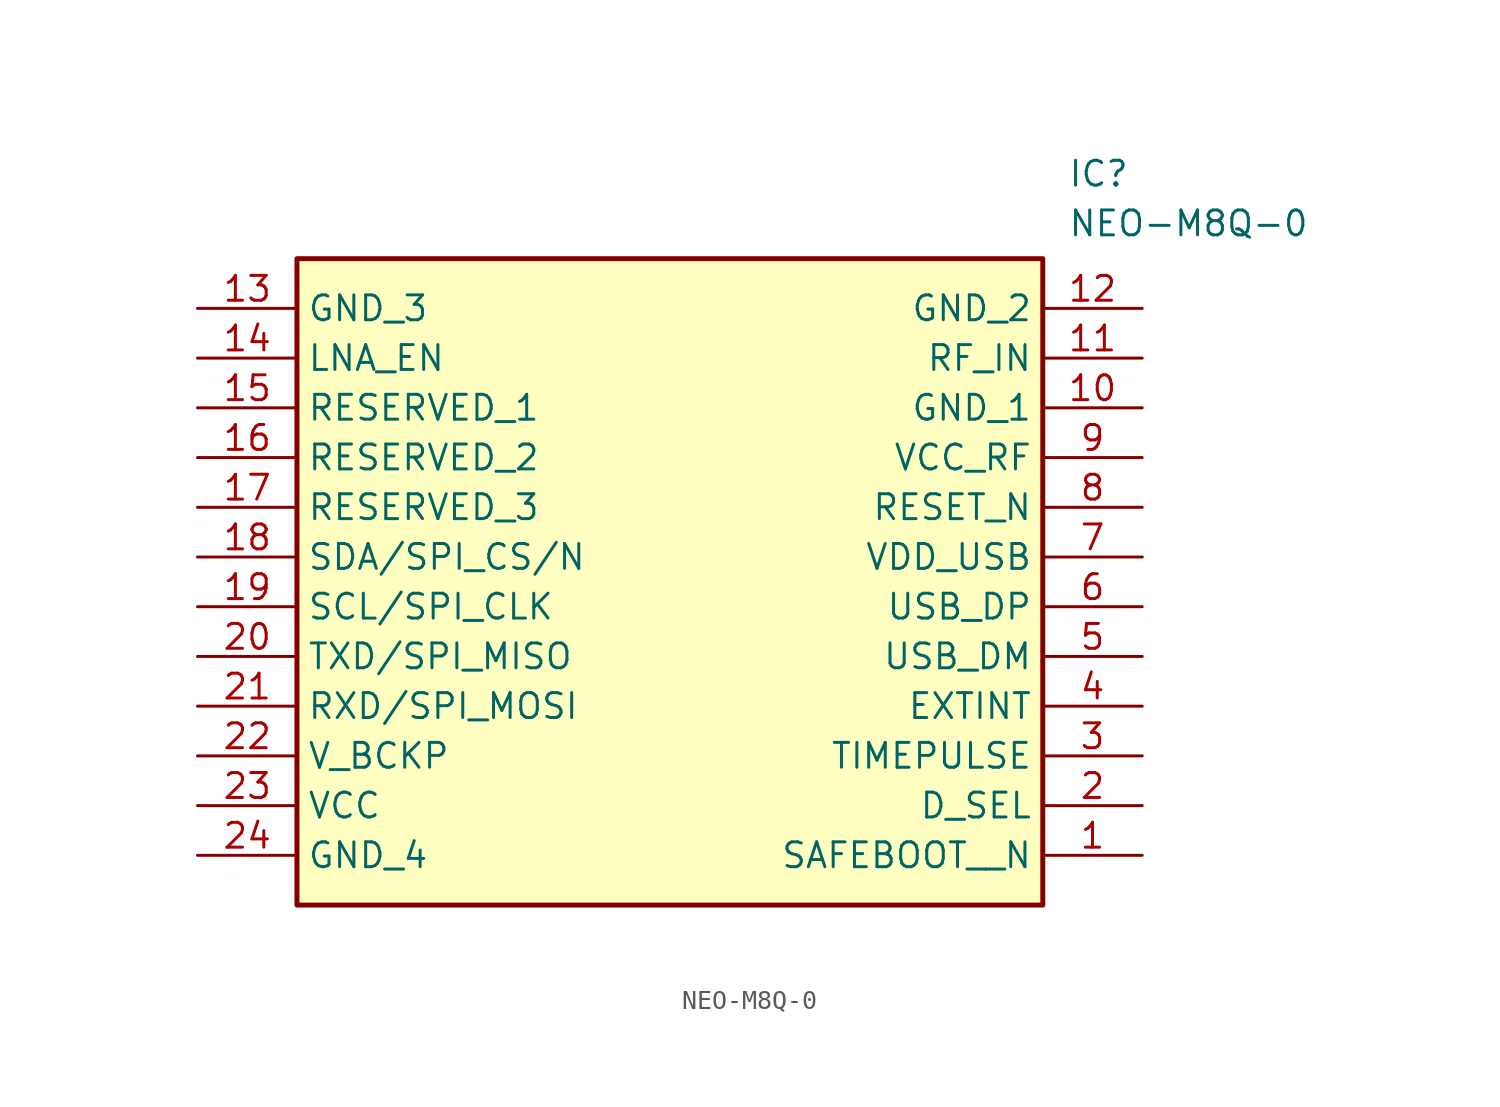
<source format=kicad_sym>
(kicad_symbol_lib
  (version 20211014)
  (generator SamacSys_ECAD_Model)
  (symbol "NEO-M8Q-0"
    (property "Reference" "IC"
      (at 44.45 7.62 0)
      (effects (font (size 1.27 1.27)) (justify left top)))
    (property "Value" "NEO-M8Q-0"
      (at 44.45 5.08 0)
      (effects (font (size 1.27 1.27)) (justify left top)))
    (rectangle
      (start 5.08 2.54)
      (end 43.18 -30.48)
      (stroke (width 0.254) (type default))
      (fill (type background)))
    (pin passive line
      (at 48.26 -27.94 180)
      (length 5.08)
      (name "SAFEBOOT__N" (effects (font (size 1.27 1.27))))
      (number "1" (effects (font (size 1.27 1.27)))))
    (pin passive line
      (at 48.26 -25.4 180)
      (length 5.08)
      (name "D_SEL" (effects (font (size 1.27 1.27))))
      (number "2" (effects (font (size 1.27 1.27)))))
    (pin passive line
      (at 48.26 -22.86 180)
      (length 5.08)
      (name "TIMEPULSE" (effects (font (size 1.27 1.27))))
      (number "3" (effects (font (size 1.27 1.27)))))
    (pin passive line
      (at 48.26 -20.32 180)
      (length 5.08)
      (name "EXTINT" (effects (font (size 1.27 1.27))))
      (number "4" (effects (font (size 1.27 1.27)))))
    (pin passive line
      (at 48.26 -17.78 180)
      (length 5.08)
      (name "USB_DM" (effects (font (size 1.27 1.27))))
      (number "5" (effects (font (size 1.27 1.27)))))
    (pin passive line
      (at 48.26 -15.24 180)
      (length 5.08)
      (name "USB_DP" (effects (font (size 1.27 1.27))))
      (number "6" (effects (font (size 1.27 1.27)))))
    (pin passive line
      (at 48.26 -12.7 180)
      (length 5.08)
      (name "VDD_USB" (effects (font (size 1.27 1.27))))
      (number "7" (effects (font (size 1.27 1.27)))))
    (pin passive line
      (at 48.26 -10.16 180)
      (length 5.08)
      (name "RESET_N" (effects (font (size 1.27 1.27))))
      (number "8" (effects (font (size 1.27 1.27)))))
    (pin passive line
      (at 48.26 -7.62 180)
      (length 5.08)
      (name "VCC_RF" (effects (font (size 1.27 1.27))))
      (number "9" (effects (font (size 1.27 1.27)))))
    (pin passive line
      (at 48.26 -5.08 180)
      (length 5.08)
      (name "GND_1" (effects (font (size 1.27 1.27))))
      (number "10" (effects (font (size 1.27 1.27)))))
    (pin passive line
      (at 48.26 -2.54 180)
      (length 5.08)
      (name "RF_IN" (effects (font (size 1.27 1.27))))
      (number "11" (effects (font (size 1.27 1.27)))))
    (pin passive line
      (at 48.26 0 180)
      (length 5.08)
      (name "GND_2" (effects (font (size 1.27 1.27))))
      (number "12" (effects (font (size 1.27 1.27)))))
    (pin passive line
      (at 0 0 0)
      (length 5.08)
      (name "GND_3" (effects (font (size 1.27 1.27))))
      (number "13" (effects (font (size 1.27 1.27)))))
    (pin passive line
      (at 0 -2.54 0)
      (length 5.08)
      (name "LNA_EN" (effects (font (size 1.27 1.27))))
      (number "14" (effects (font (size 1.27 1.27)))))
    (pin passive line
      (at 0 -5.08 0)
      (length 5.08)
      (name "RESERVED_1" (effects (font (size 1.27 1.27))))
      (number "15" (effects (font (size 1.27 1.27)))))
    (pin passive line
      (at 0 -7.62 0)
      (length 5.08)
      (name "RESERVED_2" (effects (font (size 1.27 1.27))))
      (number "16" (effects (font (size 1.27 1.27)))))
    (pin passive line
      (at 0 -10.16 0)
      (length 5.08)
      (name "RESERVED_3" (effects (font (size 1.27 1.27))))
      (number "17" (effects (font (size 1.27 1.27)))))
    (pin passive line
      (at 0 -12.7 0)
      (length 5.08)
      (name "SDA/SPI_CS/N" (effects (font (size 1.27 1.27))))
      (number "18" (effects (font (size 1.27 1.27)))))
    (pin passive line
      (at 0 -15.24 0)
      (length 5.08)
      (name "SCL/SPI_CLK" (effects (font (size 1.27 1.27))))
      (number "19" (effects (font (size 1.27 1.27)))))
    (pin passive line
      (at 0 -17.78 0)
      (length 5.08)
      (name "TXD/SPI_MISO" (effects (font (size 1.27 1.27))))
      (number "20" (effects (font (size 1.27 1.27)))))
    (pin passive line
      (at 0 -20.32 0)
      (length 5.08)
      (name "RXD/SPI_MOSI" (effects (font (size 1.27 1.27))))
      (number "21" (effects (font (size 1.27 1.27)))))
    (pin passive line
      (at 0 -22.86 0)
      (length 5.08)
      (name "V_BCKP" (effects (font (size 1.27 1.27))))
      (number "22" (effects (font (size 1.27 1.27)))))
    (pin passive line
      (at 0 -25.4 0)
      (length 5.08)
      (name "VCC" (effects (font (size 1.27 1.27))))
      (number "23" (effects (font (size 1.27 1.27)))))
    (pin passive line
      (at 0 -27.94 0)
      (length 5.08)
      (name "GND_4" (effects (font (size 1.27 1.27))))
      (number "24" (effects (font (size 1.27 1.27)))))))
</source>
